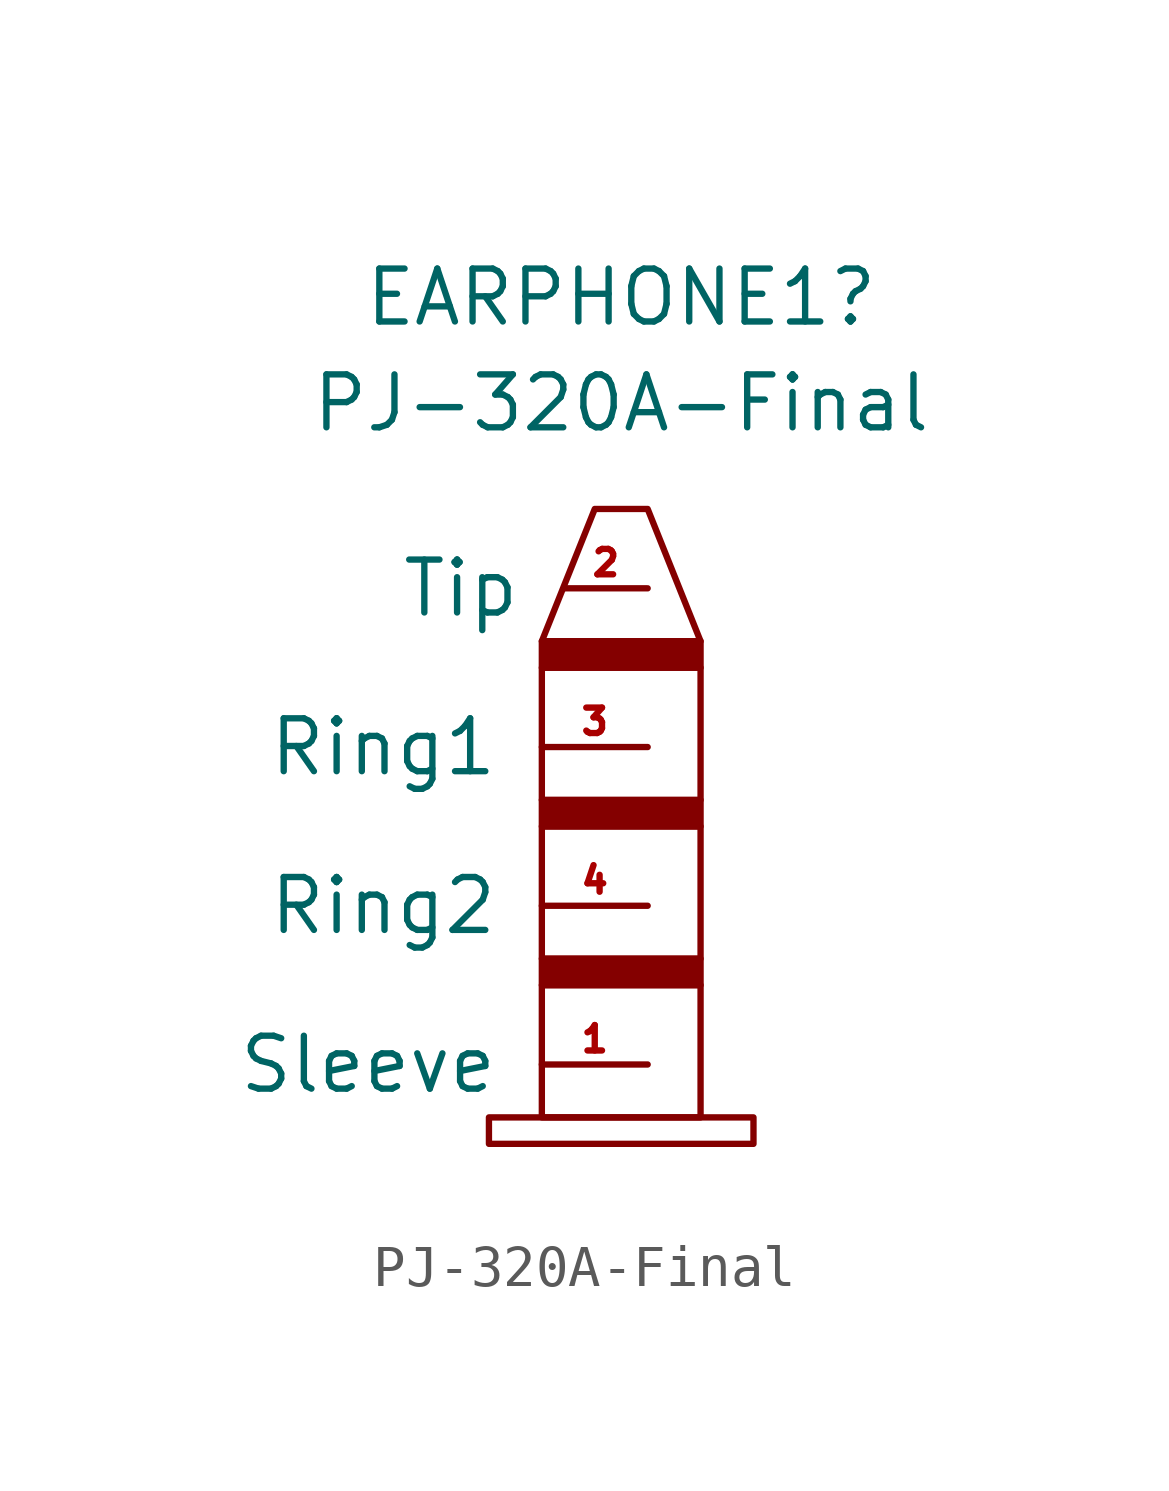
<source format=kicad_sym>
(kicad_symbol_lib
  (version 20241209)
  (generator "kicad_symbol_editor")
  (generator_version "9.0")
  (symbol "PJ-320A-Final"
    (pin_names
      (offset 1.016))
    (property "Reference" "EARPHONE1"
      (at 0 21.59 0)
      (effects (font (size 1.27 1.27))))
    (property "Value" "PJ-320A-Final"
      (at 0 19.05 0)
      (effects (font (size 1.27 1.27))))
    (symbol "PJ-320A-Final_0_1"
      (rectangle (start -3.175 1.27) (end 3.175 1.905) (stroke (width 0) (type solid)) (fill (type none)))
      (polyline (pts (xy -1.905 13.335) (xy -0.635 16.51) (xy 0.635 16.51) (xy 1.905 13.335) (xy -1.905 13.335)) (stroke (width 0) (type solid)) (fill (type none)))
      (rectangle (start -1.905 12.7) (end 1.905 13.335) (stroke (width 0) (type solid)) (fill (type outline)))
      (rectangle (start -1.905 9.525) (end 1.905 12.7) (stroke (width 0) (type solid)) (fill (type none)))
      (rectangle (start -1.905 8.89) (end 1.905 9.525) (stroke (width 0) (type solid)) (fill (type outline)))
      (rectangle (start -1.905 5.715) (end 1.905 8.89) (stroke (width 0) (type solid)) (fill (type none)))
      (rectangle (start -1.905 5.08) (end 1.905 5.715) (stroke (width 0) (type solid)) (fill (type outline)))
      (rectangle (start -1.905 1.905) (end 1.905 5.08) (stroke (width 0) (type solid)) (fill (type none))))
    (symbol "PJ-320A-Final_1_1"
      (pin bidirectional line (at 0.635 14.605 180) (length 2.007) (name "Tip" (effects (font (size 1.27 1.27)))) (number "2" (effects (font (size 0.61 0.61)))))
      (pin bidirectional line (at 0.635 10.795 180) (length 2.54) (name "Ring1" (effects (font (size 1.27 1.27)))) (number "3" (effects (font (size 0.61 0.61)))))
      (pin bidirectional line (at 0.635 6.985 180) (length 2.54) (name "Ring2" (effects (font (size 1.27 1.27)))) (number "4" (effects (font (size 0.61 0.61)))))
      (pin power_in line (at 0.635 3.175 180) (length 2.54) (name "Sleeve" (effects (font (size 1.27 1.27)))) (number "1" (effects (font (size 0.61 0.61))))))))
</source>
